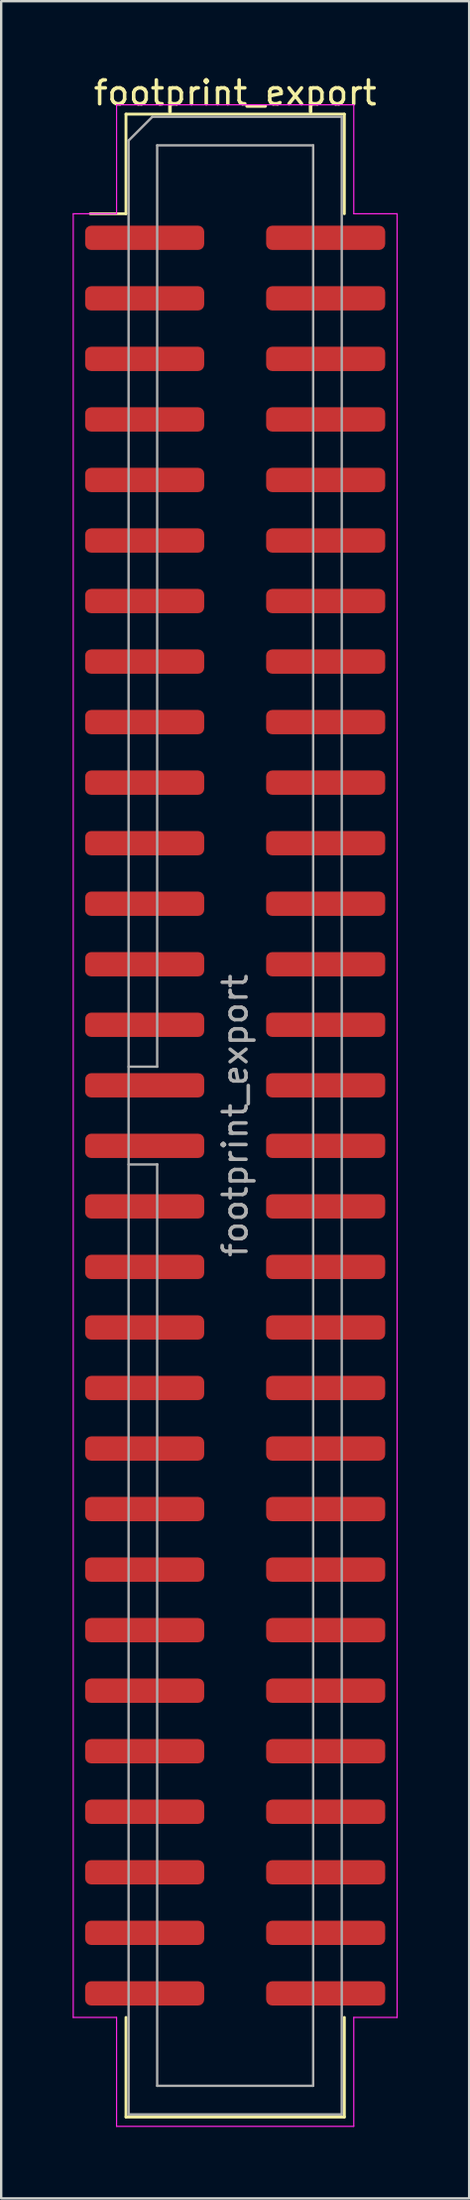
<source format=kicad_pcb>
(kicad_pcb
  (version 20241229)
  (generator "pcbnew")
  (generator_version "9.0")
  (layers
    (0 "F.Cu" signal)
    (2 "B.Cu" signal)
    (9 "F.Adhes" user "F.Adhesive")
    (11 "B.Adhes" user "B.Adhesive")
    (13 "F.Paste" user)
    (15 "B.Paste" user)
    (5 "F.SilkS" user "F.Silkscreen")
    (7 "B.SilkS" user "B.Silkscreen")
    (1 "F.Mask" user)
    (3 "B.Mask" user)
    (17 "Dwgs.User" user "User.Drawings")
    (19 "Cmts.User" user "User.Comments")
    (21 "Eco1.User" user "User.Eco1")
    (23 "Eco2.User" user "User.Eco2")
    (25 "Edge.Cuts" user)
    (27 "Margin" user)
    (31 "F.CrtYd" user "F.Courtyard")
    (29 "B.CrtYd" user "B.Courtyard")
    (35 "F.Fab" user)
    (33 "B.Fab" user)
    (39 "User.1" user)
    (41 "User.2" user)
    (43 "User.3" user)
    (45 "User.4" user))
  (footprint "footprint_export"
    (layer "F.Cu")
    (at 6.825 43.758)
    (property "Reference" "footprint_export" (at 0 -42.91 0) (layer "F.SilkS") (effects (font (size 1 1) (thickness 0.15))))
    (attr smd)
    (fp_line (start -4.585 -42.02) (end 4.585 -42.02) (stroke (width 0.12) (type solid)) (layer "F.SilkS"))
    (fp_line (start -4.585 -37.84) (end -6.085 -37.84) (stroke (width 0.12) (type solid)) (layer "F.SilkS"))
    (fp_line (start -4.585 -37.84) (end -4.585 -42.02) (stroke (width 0.12) (type solid)) (layer "F.SilkS"))
    (fp_line (start -4.585 37.84) (end -4.585 42.02) (stroke (width 0.12) (type solid)) (layer "F.SilkS"))
    (fp_line (start -4.585 42.02) (end 4.585 42.02) (stroke (width 0.12) (type solid)) (layer "F.SilkS"))
    (fp_line (start 4.585 -42.02) (end 4.585 -37.84) (stroke (width 0.12) (type solid)) (layer "F.SilkS"))
    (fp_line (start 4.585 42.02) (end 4.585 37.84) (stroke (width 0.12) (type solid)) (layer "F.SilkS"))
    (fp_line (start -6.8 -37.84) (end -6.8 37.84) (stroke (width 0.05) (type solid)) (layer "F.CrtYd"))
    (fp_line (start -6.8 37.84) (end -4.98 37.84) (stroke (width 0.05) (type solid)) (layer "F.CrtYd"))
    (fp_line (start -4.98 -42.41) (end -4.98 -37.84) (stroke (width 0.05) (type solid)) (layer "F.CrtYd"))
    (fp_line (start -4.98 -37.84) (end -6.8 -37.84) (stroke (width 0.05) (type solid)) (layer "F.CrtYd"))
    (fp_line (start -4.98 37.84) (end -4.98 42.41) (stroke (width 0.05) (type solid)) (layer "F.CrtYd"))
    (fp_line (start -4.98 42.41) (end 4.98 42.41) (stroke (width 0.05) (type solid)) (layer "F.CrtYd"))
    (fp_line (start 4.98 -42.41) (end -4.98 -42.41) (stroke (width 0.05) (type solid)) (layer "F.CrtYd"))
    (fp_line (start 4.98 -37.84) (end 4.98 -42.41) (stroke (width 0.05) (type solid)) (layer "F.CrtYd"))
    (fp_line (start 4.98 37.84) (end 6.8 37.84) (stroke (width 0.05) (type solid)) (layer "F.CrtYd"))
    (fp_line (start 4.98 42.41) (end 4.98 37.84) (stroke (width 0.05) (type solid)) (layer "F.CrtYd"))
    (fp_line (start 6.8 -37.84) (end 4.98 -37.84) (stroke (width 0.05) (type solid)) (layer "F.CrtYd"))
    (fp_line (start 6.8 37.84) (end 6.8 -37.84) (stroke (width 0.05) (type solid)) (layer "F.CrtYd"))
    (fp_line (start -4.475 -40.91) (end -3.475 -41.91) (stroke (width 0.1) (type solid)) (layer "F.Fab"))
    (fp_line (start -4.475 -2.05) (end -3.275 -2.05) (stroke (width 0.1) (type solid)) (layer "F.Fab"))
    (fp_line (start -4.475 41.91) (end -4.475 -40.91) (stroke (width 0.1) (type solid)) (layer "F.Fab"))
    (fp_line (start -3.475 -41.91) (end 4.475 -41.91) (stroke (width 0.1) (type solid)) (layer "F.Fab"))
    (fp_line (start -3.275 -40.71) (end 3.275 -40.71) (stroke (width 0.1) (type solid)) (layer "F.Fab"))
    (fp_line (start -3.275 -2.05) (end -3.275 -40.71) (stroke (width 0.1) (type solid)) (layer "F.Fab"))
    (fp_line (start -3.275 2.05) (end -4.475 2.05) (stroke (width 0.1) (type solid)) (layer "F.Fab"))
    (fp_line (start -3.275 2.05) (end -3.275 2.05) (stroke (width 0.1) (type solid)) (layer "F.Fab"))
    (fp_line (start -3.275 40.71) (end -3.275 2.05) (stroke (width 0.1) (type solid)) (layer "F.Fab"))
    (fp_line (start 3.275 -40.71) (end 3.275 40.71) (stroke (width 0.1) (type solid)) (layer "F.Fab"))
    (fp_line (start 3.275 40.71) (end -3.275 40.71) (stroke (width 0.1) (type solid)) (layer "F.Fab"))
    (fp_line (start 4.475 -41.91) (end 4.475 41.91) (stroke (width 0.1) (type solid)) (layer "F.Fab"))
    (fp_line (start 4.475 41.91) (end -4.475 41.91) (stroke (width 0.1) (type solid)) (layer "F.Fab"))
    (fp_text user "${REFERENCE}" (at 0 0 90) (layer "F.Fab") (effects (font (size 1 1) (thickness 0.15))))
    (pad "1" smd roundrect (at -3.8 -36.83) (size 5 1.02) (layers "F.Cu" "F.Mask" "F.Paste") (roundrect_rratio 0.25))
    (pad "2" smd roundrect (at 3.8 -36.83) (size 5 1.02) (layers "F.Cu" "F.Mask" "F.Paste") (roundrect_rratio 0.25))
    (pad "3" smd roundrect (at -3.8 -34.29) (size 5 1.02) (layers "F.Cu" "F.Mask" "F.Paste") (roundrect_rratio 0.25))
    (pad "4" smd roundrect (at 3.8 -34.29) (size 5 1.02) (layers "F.Cu" "F.Mask" "F.Paste") (roundrect_rratio 0.25))
    (pad "5" smd roundrect (at -3.8 -31.75) (size 5 1.02) (layers "F.Cu" "F.Mask" "F.Paste") (roundrect_rratio 0.25))
    (pad "6" smd roundrect (at 3.8 -31.75) (size 5 1.02) (layers "F.Cu" "F.Mask" "F.Paste") (roundrect_rratio 0.25))
    (pad "7" smd roundrect (at -3.8 -29.21) (size 5 1.02) (layers "F.Cu" "F.Mask" "F.Paste") (roundrect_rratio 0.25))
    (pad "8" smd roundrect (at 3.8 -29.21) (size 5 1.02) (layers "F.Cu" "F.Mask" "F.Paste") (roundrect_rratio 0.25))
    (pad "9" smd roundrect (at -3.8 -26.67) (size 5 1.02) (layers "F.Cu" "F.Mask" "F.Paste") (roundrect_rratio 0.25))
    (pad "10" smd roundrect (at 3.8 -26.67) (size 5 1.02) (layers "F.Cu" "F.Mask" "F.Paste") (roundrect_rratio 0.25))
    (pad "11" smd roundrect (at -3.8 -24.13) (size 5 1.02) (layers "F.Cu" "F.Mask" "F.Paste") (roundrect_rratio 0.25))
    (pad "12" smd roundrect (at 3.8 -24.13) (size 5 1.02) (layers "F.Cu" "F.Mask" "F.Paste") (roundrect_rratio 0.25))
    (pad "13" smd roundrect (at -3.8 -21.59) (size 5 1.02) (layers "F.Cu" "F.Mask" "F.Paste") (roundrect_rratio 0.25))
    (pad "14" smd roundrect (at 3.8 -21.59) (size 5 1.02) (layers "F.Cu" "F.Mask" "F.Paste") (roundrect_rratio 0.25))
    (pad "15" smd roundrect (at -3.8 -19.05) (size 5 1.02) (layers "F.Cu" "F.Mask" "F.Paste") (roundrect_rratio 0.25))
    (pad "16" smd roundrect (at 3.8 -19.05) (size 5 1.02) (layers "F.Cu" "F.Mask" "F.Paste") (roundrect_rratio 0.25))
    (pad "17" smd roundrect (at -3.8 -16.51) (size 5 1.02) (layers "F.Cu" "F.Mask" "F.Paste") (roundrect_rratio 0.25))
    (pad "18" smd roundrect (at 3.8 -16.51) (size 5 1.02) (layers "F.Cu" "F.Mask" "F.Paste") (roundrect_rratio 0.25))
    (pad "19" smd roundrect (at -3.8 -13.97) (size 5 1.02) (layers "F.Cu" "F.Mask" "F.Paste") (roundrect_rratio 0.25))
    (pad "20" smd roundrect (at 3.8 -13.97) (size 5 1.02) (layers "F.Cu" "F.Mask" "F.Paste") (roundrect_rratio 0.25))
    (pad "21" smd roundrect (at -3.8 -11.43) (size 5 1.02) (layers "F.Cu" "F.Mask" "F.Paste") (roundrect_rratio 0.25))
    (pad "22" smd roundrect (at 3.8 -11.43) (size 5 1.02) (layers "F.Cu" "F.Mask" "F.Paste") (roundrect_rratio 0.25))
    (pad "23" smd roundrect (at -3.8 -8.89) (size 5 1.02) (layers "F.Cu" "F.Mask" "F.Paste") (roundrect_rratio 0.25))
    (pad "24" smd roundrect (at 3.8 -8.89) (size 5 1.02) (layers "F.Cu" "F.Mask" "F.Paste") (roundrect_rratio 0.25))
    (pad "25" smd roundrect (at -3.8 -6.35) (size 5 1.02) (layers "F.Cu" "F.Mask" "F.Paste") (roundrect_rratio 0.25))
    (pad "26" smd roundrect (at 3.8 -6.35) (size 5 1.02) (layers "F.Cu" "F.Mask" "F.Paste") (roundrect_rratio 0.25))
    (pad "27" smd roundrect (at -3.8 -3.81) (size 5 1.02) (layers "F.Cu" "F.Mask" "F.Paste") (roundrect_rratio 0.25))
    (pad "28" smd roundrect (at 3.8 -3.81) (size 5 1.02) (layers "F.Cu" "F.Mask" "F.Paste") (roundrect_rratio 0.25))
    (pad "29" smd roundrect (at -3.8 -1.27) (size 5 1.02) (layers "F.Cu" "F.Mask" "F.Paste") (roundrect_rratio 0.25))
    (pad "30" smd roundrect (at 3.8 -1.27) (size 5 1.02) (layers "F.Cu" "F.Mask" "F.Paste") (roundrect_rratio 0.25))
    (pad "31" smd roundrect (at -3.8 1.27) (size 5 1.02) (layers "F.Cu" "F.Mask" "F.Paste") (roundrect_rratio 0.25))
    (pad "32" smd roundrect (at 3.8 1.27) (size 5 1.02) (layers "F.Cu" "F.Mask" "F.Paste") (roundrect_rratio 0.25))
    (pad "33" smd roundrect (at -3.8 3.81) (size 5 1.02) (layers "F.Cu" "F.Mask" "F.Paste") (roundrect_rratio 0.25))
    (pad "34" smd roundrect (at 3.8 3.81) (size 5 1.02) (layers "F.Cu" "F.Mask" "F.Paste") (roundrect_rratio 0.25))
    (pad "35" smd roundrect (at -3.8 6.35) (size 5 1.02) (layers "F.Cu" "F.Mask" "F.Paste") (roundrect_rratio 0.25))
    (pad "36" smd roundrect (at 3.8 6.35) (size 5 1.02) (layers "F.Cu" "F.Mask" "F.Paste") (roundrect_rratio 0.25))
    (pad "37" smd roundrect (at -3.8 8.89) (size 5 1.02) (layers "F.Cu" "F.Mask" "F.Paste") (roundrect_rratio 0.25))
    (pad "38" smd roundrect (at 3.8 8.89) (size 5 1.02) (layers "F.Cu" "F.Mask" "F.Paste") (roundrect_rratio 0.25))
    (pad "39" smd roundrect (at -3.8 11.43) (size 5 1.02) (layers "F.Cu" "F.Mask" "F.Paste") (roundrect_rratio 0.25))
    (pad "40" smd roundrect (at 3.8 11.43) (size 5 1.02) (layers "F.Cu" "F.Mask" "F.Paste") (roundrect_rratio 0.25))
    (pad "41" smd roundrect (at -3.8 13.97) (size 5 1.02) (layers "F.Cu" "F.Mask" "F.Paste") (roundrect_rratio 0.25))
    (pad "42" smd roundrect (at 3.8 13.97) (size 5 1.02) (layers "F.Cu" "F.Mask" "F.Paste") (roundrect_rratio 0.25))
    (pad "43" smd roundrect (at -3.8 16.51) (size 5 1.02) (layers "F.Cu" "F.Mask" "F.Paste") (roundrect_rratio 0.25))
    (pad "44" smd roundrect (at 3.8 16.51) (size 5 1.02) (layers "F.Cu" "F.Mask" "F.Paste") (roundrect_rratio 0.25))
    (pad "45" smd roundrect (at -3.8 19.05) (size 5 1.02) (layers "F.Cu" "F.Mask" "F.Paste") (roundrect_rratio 0.25))
    (pad "46" smd roundrect (at 3.8 19.05) (size 5 1.02) (layers "F.Cu" "F.Mask" "F.Paste") (roundrect_rratio 0.25))
    (pad "47" smd roundrect (at -3.8 21.59) (size 5 1.02) (layers "F.Cu" "F.Mask" "F.Paste") (roundrect_rratio 0.25))
    (pad "48" smd roundrect (at 3.8 21.59) (size 5 1.02) (layers "F.Cu" "F.Mask" "F.Paste") (roundrect_rratio 0.25))
    (pad "49" smd roundrect (at -3.8 24.13) (size 5 1.02) (layers "F.Cu" "F.Mask" "F.Paste") (roundrect_rratio 0.25))
    (pad "50" smd roundrect (at 3.8 24.13) (size 5 1.02) (layers "F.Cu" "F.Mask" "F.Paste") (roundrect_rratio 0.25))
    (pad "51" smd roundrect (at -3.8 26.67) (size 5 1.02) (layers "F.Cu" "F.Mask" "F.Paste") (roundrect_rratio 0.25))
    (pad "52" smd roundrect (at 3.8 26.67) (size 5 1.02) (layers "F.Cu" "F.Mask" "F.Paste") (roundrect_rratio 0.25))
    (pad "53" smd roundrect (at -3.8 29.21) (size 5 1.02) (layers "F.Cu" "F.Mask" "F.Paste") (roundrect_rratio 0.25))
    (pad "54" smd roundrect (at 3.8 29.21) (size 5 1.02) (layers "F.Cu" "F.Mask" "F.Paste") (roundrect_rratio 0.25))
    (pad "55" smd roundrect (at -3.8 31.75) (size 5 1.02) (layers "F.Cu" "F.Mask" "F.Paste") (roundrect_rratio 0.25))
    (pad "56" smd roundrect (at 3.8 31.75) (size 5 1.02) (layers "F.Cu" "F.Mask" "F.Paste") (roundrect_rratio 0.25))
    (pad "57" smd roundrect (at -3.8 34.29) (size 5 1.02) (layers "F.Cu" "F.Mask" "F.Paste") (roundrect_rratio 0.25))
    (pad "58" smd roundrect (at 3.8 34.29) (size 5 1.02) (layers "F.Cu" "F.Mask" "F.Paste") (roundrect_rratio 0.25))
    (pad "59" smd roundrect (at -3.8 36.83) (size 5 1.02) (layers "F.Cu" "F.Mask" "F.Paste") (roundrect_rratio 0.25))
    (pad "60" smd roundrect (at 3.8 36.83) (size 5 1.02) (layers "F.Cu" "F.Mask" "F.Paste") (roundrect_rratio 0.25)))
  (gr_rect
    (start -3 -3)
    (end 16.65 89.193)
    (stroke (width 0.1) (type default))
    (fill no)
    (layer "Edge.Cuts")))
</source>
